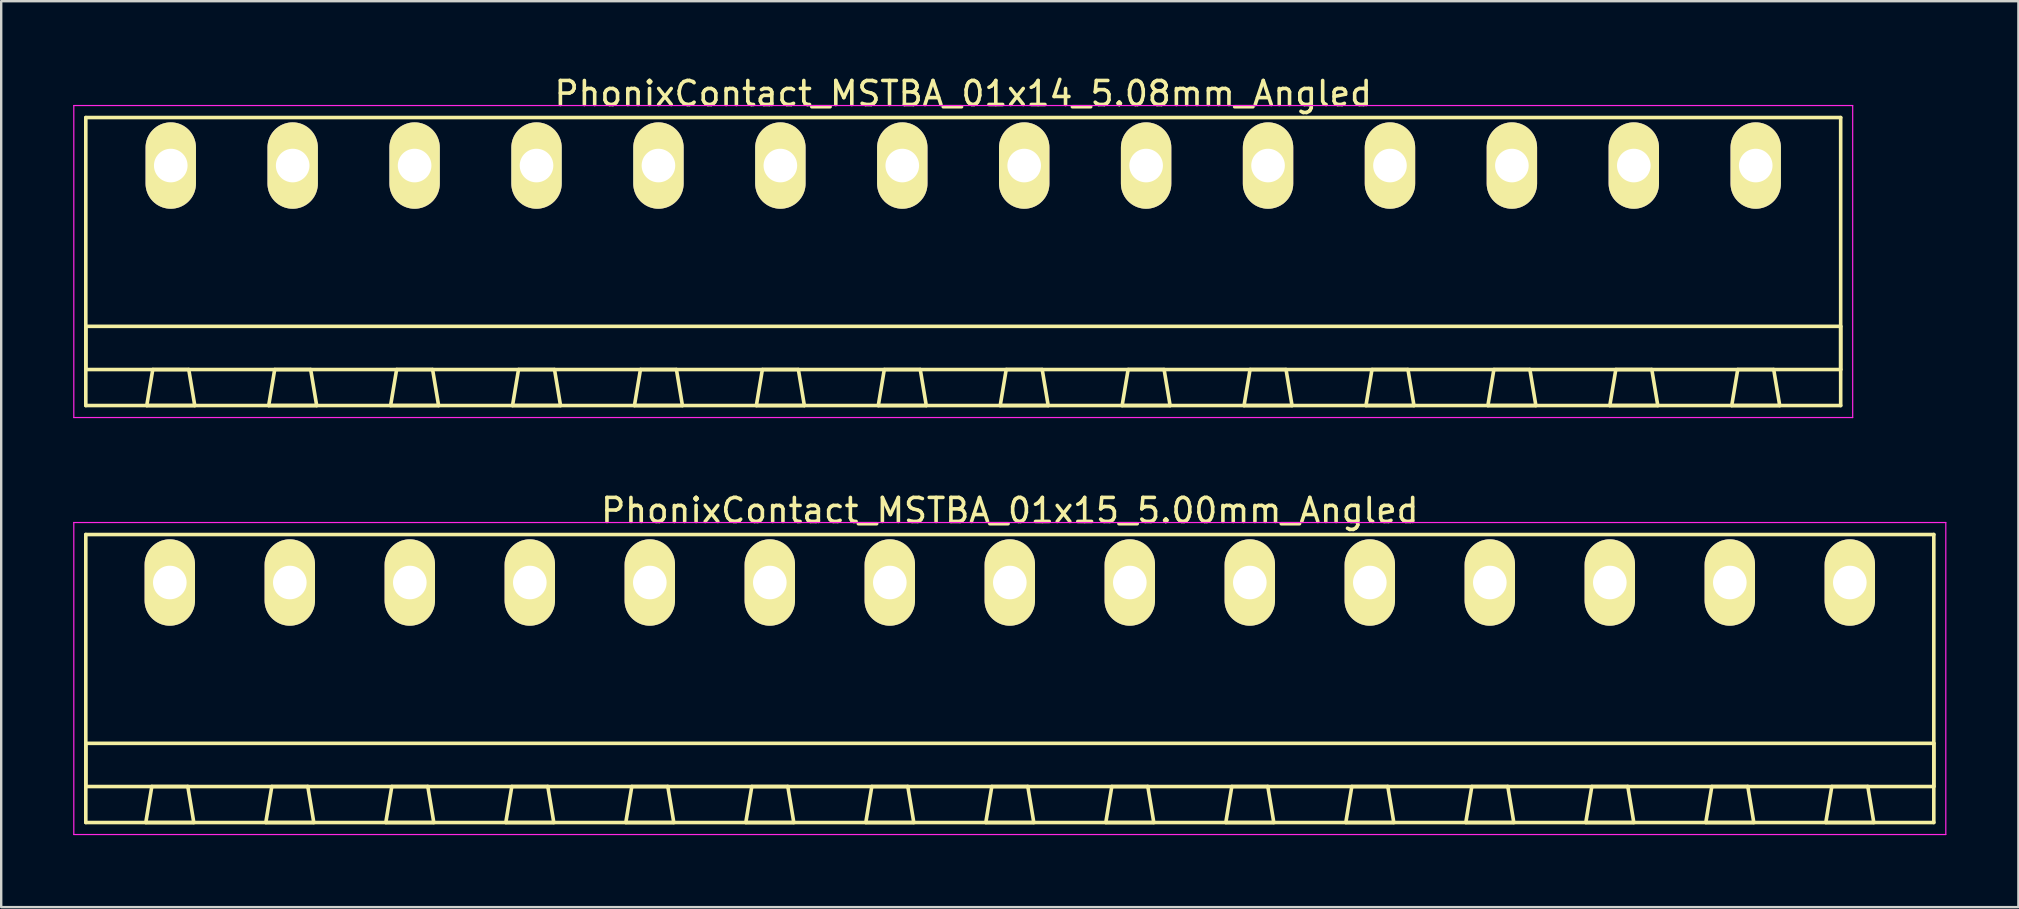
<source format=kicad_pcb>
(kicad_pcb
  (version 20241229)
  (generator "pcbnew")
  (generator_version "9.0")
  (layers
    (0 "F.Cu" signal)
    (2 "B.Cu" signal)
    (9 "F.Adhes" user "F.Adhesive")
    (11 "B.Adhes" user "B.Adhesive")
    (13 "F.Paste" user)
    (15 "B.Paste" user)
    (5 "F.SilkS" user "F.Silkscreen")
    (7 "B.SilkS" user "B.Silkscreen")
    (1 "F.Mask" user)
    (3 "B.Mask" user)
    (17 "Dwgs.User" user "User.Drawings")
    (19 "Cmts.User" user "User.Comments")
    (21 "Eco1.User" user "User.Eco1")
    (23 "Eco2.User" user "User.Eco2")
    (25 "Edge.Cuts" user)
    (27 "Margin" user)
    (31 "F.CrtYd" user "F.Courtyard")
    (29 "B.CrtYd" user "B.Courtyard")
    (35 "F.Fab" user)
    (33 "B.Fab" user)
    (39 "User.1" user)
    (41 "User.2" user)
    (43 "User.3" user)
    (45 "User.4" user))
  (footprint "PhonixContact_MSTBA_01x15_5.00mm_Angled"
    (layer "F.Cu")
    (at 4.025 21.221)
    (property "Reference" "PhonixContact_MSTBA_01x15_5.00mm_Angled" (at 35 -3 0) (layer "F.SilkS") (effects (font (size 1 1) (thickness 0.15))))
    (attr through_hole)
    (fp_line (start -3.5 -2) (end -3.5 10) (stroke (width 0.15) (type solid)) (layer "F.SilkS"))
    (fp_line (start -3.5 6.7) (end 73.5 6.7) (stroke (width 0.15) (type solid)) (layer "F.SilkS"))
    (fp_line (start -3.5 8.5) (end -3.5 6.7) (stroke (width 0.15) (type solid)) (layer "F.SilkS"))
    (fp_line (start -3.5 10) (end 73.5 10) (stroke (width 0.15) (type solid)) (layer "F.SilkS"))
    (fp_line (start -1 10) (end 1 10) (stroke (width 0.15) (type solid)) (layer "F.SilkS"))
    (fp_line (start -0.75 8.5) (end -1 10) (stroke (width 0.15) (type solid)) (layer "F.SilkS"))
    (fp_line (start 0.75 8.5) (end -0.75 8.5) (stroke (width 0.15) (type solid)) (layer "F.SilkS"))
    (fp_line (start 1 10) (end 0.75 8.5) (stroke (width 0.15) (type solid)) (layer "F.SilkS"))
    (fp_line (start 4 10) (end 6 10) (stroke (width 0.15) (type solid)) (layer "F.SilkS"))
    (fp_line (start 4.25 8.5) (end 4 10) (stroke (width 0.15) (type solid)) (layer "F.SilkS"))
    (fp_line (start 5.75 8.5) (end 4.25 8.5) (stroke (width 0.15) (type solid)) (layer "F.SilkS"))
    (fp_line (start 6 10) (end 5.75 8.5) (stroke (width 0.15) (type solid)) (layer "F.SilkS"))
    (fp_line (start 9 10) (end 11 10) (stroke (width 0.15) (type solid)) (layer "F.SilkS"))
    (fp_line (start 9.25 8.5) (end 9 10) (stroke (width 0.15) (type solid)) (layer "F.SilkS"))
    (fp_line (start 10.75 8.5) (end 9.25 8.5) (stroke (width 0.15) (type solid)) (layer "F.SilkS"))
    (fp_line (start 11 10) (end 10.75 8.5) (stroke (width 0.15) (type solid)) (layer "F.SilkS"))
    (fp_line (start 14 10) (end 16 10) (stroke (width 0.15) (type solid)) (layer "F.SilkS"))
    (fp_line (start 14.25 8.5) (end 14 10) (stroke (width 0.15) (type solid)) (layer "F.SilkS"))
    (fp_line (start 15.75 8.5) (end 14.25 8.5) (stroke (width 0.15) (type solid)) (layer "F.SilkS"))
    (fp_line (start 16 10) (end 15.75 8.5) (stroke (width 0.15) (type solid)) (layer "F.SilkS"))
    (fp_line (start 19 10) (end 21 10) (stroke (width 0.15) (type solid)) (layer "F.SilkS"))
    (fp_line (start 19.25 8.5) (end 19 10) (stroke (width 0.15) (type solid)) (layer "F.SilkS"))
    (fp_line (start 20.75 8.5) (end 19.25 8.5) (stroke (width 0.15) (type solid)) (layer "F.SilkS"))
    (fp_line (start 21 10) (end 20.75 8.5) (stroke (width 0.15) (type solid)) (layer "F.SilkS"))
    (fp_line (start 24 10) (end 26 10) (stroke (width 0.15) (type solid)) (layer "F.SilkS"))
    (fp_line (start 24.25 8.5) (end 24 10) (stroke (width 0.15) (type solid)) (layer "F.SilkS"))
    (fp_line (start 25.75 8.5) (end 24.25 8.5) (stroke (width 0.15) (type solid)) (layer "F.SilkS"))
    (fp_line (start 26 10) (end 25.75 8.5) (stroke (width 0.15) (type solid)) (layer "F.SilkS"))
    (fp_line (start 29 10) (end 31 10) (stroke (width 0.15) (type solid)) (layer "F.SilkS"))
    (fp_line (start 29.25 8.5) (end 29 10) (stroke (width 0.15) (type solid)) (layer "F.SilkS"))
    (fp_line (start 30.75 8.5) (end 29.25 8.5) (stroke (width 0.15) (type solid)) (layer "F.SilkS"))
    (fp_line (start 31 10) (end 30.75 8.5) (stroke (width 0.15) (type solid)) (layer "F.SilkS"))
    (fp_line (start 34 10) (end 36 10) (stroke (width 0.15) (type solid)) (layer "F.SilkS"))
    (fp_line (start 34.25 8.5) (end 34 10) (stroke (width 0.15) (type solid)) (layer "F.SilkS"))
    (fp_line (start 35.75 8.5) (end 34.25 8.5) (stroke (width 0.15) (type solid)) (layer "F.SilkS"))
    (fp_line (start 36 10) (end 35.75 8.5) (stroke (width 0.15) (type solid)) (layer "F.SilkS"))
    (fp_line (start 39 10) (end 41 10) (stroke (width 0.15) (type solid)) (layer "F.SilkS"))
    (fp_line (start 39.25 8.5) (end 39 10) (stroke (width 0.15) (type solid)) (layer "F.SilkS"))
    (fp_line (start 40.75 8.5) (end 39.25 8.5) (stroke (width 0.15) (type solid)) (layer "F.SilkS"))
    (fp_line (start 41 10) (end 40.75 8.5) (stroke (width 0.15) (type solid)) (layer "F.SilkS"))
    (fp_line (start 44 10) (end 46 10) (stroke (width 0.15) (type solid)) (layer "F.SilkS"))
    (fp_line (start 44.25 8.5) (end 44 10) (stroke (width 0.15) (type solid)) (layer "F.SilkS"))
    (fp_line (start 45.75 8.5) (end 44.25 8.5) (stroke (width 0.15) (type solid)) (layer "F.SilkS"))
    (fp_line (start 46 10) (end 45.75 8.5) (stroke (width 0.15) (type solid)) (layer "F.SilkS"))
    (fp_line (start 49 10) (end 51 10) (stroke (width 0.15) (type solid)) (layer "F.SilkS"))
    (fp_line (start 49.25 8.5) (end 49 10) (stroke (width 0.15) (type solid)) (layer "F.SilkS"))
    (fp_line (start 50.75 8.5) (end 49.25 8.5) (stroke (width 0.15) (type solid)) (layer "F.SilkS"))
    (fp_line (start 51 10) (end 50.75 8.5) (stroke (width 0.15) (type solid)) (layer "F.SilkS"))
    (fp_line (start 54 10) (end 56 10) (stroke (width 0.15) (type solid)) (layer "F.SilkS"))
    (fp_line (start 54.25 8.5) (end 54 10) (stroke (width 0.15) (type solid)) (layer "F.SilkS"))
    (fp_line (start 55.75 8.5) (end 54.25 8.5) (stroke (width 0.15) (type solid)) (layer "F.SilkS"))
    (fp_line (start 56 10) (end 55.75 8.5) (stroke (width 0.15) (type solid)) (layer "F.SilkS"))
    (fp_line (start 59 10) (end 61 10) (stroke (width 0.15) (type solid)) (layer "F.SilkS"))
    (fp_line (start 59.25 8.5) (end 59 10) (stroke (width 0.15) (type solid)) (layer "F.SilkS"))
    (fp_line (start 60.75 8.5) (end 59.25 8.5) (stroke (width 0.15) (type solid)) (layer "F.SilkS"))
    (fp_line (start 61 10) (end 60.75 8.5) (stroke (width 0.15) (type solid)) (layer "F.SilkS"))
    (fp_line (start 64 10) (end 66 10) (stroke (width 0.15) (type solid)) (layer "F.SilkS"))
    (fp_line (start 64.25 8.5) (end 64 10) (stroke (width 0.15) (type solid)) (layer "F.SilkS"))
    (fp_line (start 65.75 8.5) (end 64.25 8.5) (stroke (width 0.15) (type solid)) (layer "F.SilkS"))
    (fp_line (start 66 10) (end 65.75 8.5) (stroke (width 0.15) (type solid)) (layer "F.SilkS"))
    (fp_line (start 69 10) (end 71 10) (stroke (width 0.15) (type solid)) (layer "F.SilkS"))
    (fp_line (start 69.25 8.5) (end 69 10) (stroke (width 0.15) (type solid)) (layer "F.SilkS"))
    (fp_line (start 70.75 8.5) (end 69.25 8.5) (stroke (width 0.15) (type solid)) (layer "F.SilkS"))
    (fp_line (start 71 10) (end 70.75 8.5) (stroke (width 0.15) (type solid)) (layer "F.SilkS"))
    (fp_line (start 73.5 -2) (end -3.5 -2) (stroke (width 0.15) (type solid)) (layer "F.SilkS"))
    (fp_line (start 73.5 6.7) (end 73.5 8.5) (stroke (width 0.15) (type solid)) (layer "F.SilkS"))
    (fp_line (start 73.5 8.5) (end -3.5 8.5) (stroke (width 0.15) (type solid)) (layer "F.SilkS"))
    (fp_line (start 73.5 10) (end 73.5 -2) (stroke (width 0.15) (type solid)) (layer "F.SilkS"))
    (fp_line (start -4 -2.5) (end -4 10.5) (stroke (width 0.05) (type solid)) (layer "F.CrtYd"))
    (fp_line (start -4 10.5) (end 74 10.5) (stroke (width 0.05) (type solid)) (layer "F.CrtYd"))
    (fp_line (start 74 -2.5) (end -4 -2.5) (stroke (width 0.05) (type solid)) (layer "F.CrtYd"))
    (fp_line (start 74 10.5) (end 74 -2.5) (stroke (width 0.05) (type solid)) (layer "F.CrtYd"))
    (pad "1" thru_hole oval (at 0 0) (size 2.1 3.6) (drill 1.4) (layers "*.Cu" "*.Mask" "F.SilkS"))
    (pad "2" thru_hole oval (at 5 0) (size 2.1 3.6) (drill 1.4) (layers "*.Cu" "*.Mask" "F.SilkS"))
    (pad "3" thru_hole oval (at 10 0) (size 2.1 3.6) (drill 1.4) (layers "*.Cu" "*.Mask" "F.SilkS"))
    (pad "4" thru_hole oval (at 15 0) (size 2.1 3.6) (drill 1.4) (layers "*.Cu" "*.Mask" "F.SilkS"))
    (pad "5" thru_hole oval (at 20 0) (size 2.1 3.6) (drill 1.4) (layers "*.Cu" "*.Mask" "F.SilkS"))
    (pad "6" thru_hole oval (at 25 0) (size 2.1 3.6) (drill 1.4) (layers "*.Cu" "*.Mask" "F.SilkS"))
    (pad "7" thru_hole oval (at 30 0) (size 2.1 3.6) (drill 1.4) (layers "*.Cu" "*.Mask" "F.SilkS"))
    (pad "8" thru_hole oval (at 35 0) (size 2.1 3.6) (drill 1.4) (layers "*.Cu" "*.Mask" "F.SilkS"))
    (pad "9" thru_hole oval (at 40 0) (size 2.1 3.6) (drill 1.4) (layers "*.Cu" "*.Mask" "F.SilkS"))
    (pad "10" thru_hole oval (at 45 0) (size 2.1 3.6) (drill 1.4) (layers "*.Cu" "*.Mask" "F.SilkS"))
    (pad "11" thru_hole oval (at 50 0) (size 2.1 3.6) (drill 1.4) (layers "*.Cu" "*.Mask" "F.SilkS"))
    (pad "12" thru_hole oval (at 55 0) (size 2.1 3.6) (drill 1.4) (layers "*.Cu" "*.Mask" "F.SilkS"))
    (pad "13" thru_hole oval (at 60 0) (size 2.1 3.6) (drill 1.4) (layers "*.Cu" "*.Mask" "F.SilkS"))
    (pad "14" thru_hole oval (at 65 0) (size 2.1 3.6) (drill 1.4) (layers "*.Cu" "*.Mask" "F.SilkS"))
    (pad "15" thru_hole oval (at 70 0) (size 2.1 3.6) (drill 1.4) (layers "*.Cu" "*.Mask" "F.SilkS")))
  (footprint "PhonixContact_MSTBA_01x14_5.08mm_Angled"
    (layer "F.Cu")
    (at 4.065 3.848)
    (property "Reference" "PhonixContact_MSTBA_01x14_5.08mm_Angled" (at 33.02 -3 0) (layer "F.SilkS") (effects (font (size 1 1) (thickness 0.15))))
    (attr through_hole)
    (fp_line (start -3.54 -2) (end -3.54 10) (stroke (width 0.15) (type solid)) (layer "F.SilkS"))
    (fp_line (start -3.54 6.7) (end 69.58 6.7) (stroke (width 0.15) (type solid)) (layer "F.SilkS"))
    (fp_line (start -3.54 8.5) (end -3.54 6.7) (stroke (width 0.15) (type solid)) (layer "F.SilkS"))
    (fp_line (start -3.54 10) (end 69.58 10) (stroke (width 0.15) (type solid)) (layer "F.SilkS"))
    (fp_line (start -1 10) (end 1 10) (stroke (width 0.15) (type solid)) (layer "F.SilkS"))
    (fp_line (start -0.75 8.5) (end -1 10) (stroke (width 0.15) (type solid)) (layer "F.SilkS"))
    (fp_line (start 0.75 8.5) (end -0.75 8.5) (stroke (width 0.15) (type solid)) (layer "F.SilkS"))
    (fp_line (start 1 10) (end 0.75 8.5) (stroke (width 0.15) (type solid)) (layer "F.SilkS"))
    (fp_line (start 4.08 10) (end 6.08 10) (stroke (width 0.15) (type solid)) (layer "F.SilkS"))
    (fp_line (start 4.33 8.5) (end 4.08 10) (stroke (width 0.15) (type solid)) (layer "F.SilkS"))
    (fp_line (start 5.83 8.5) (end 4.33 8.5) (stroke (width 0.15) (type solid)) (layer "F.SilkS"))
    (fp_line (start 6.08 10) (end 5.83 8.5) (stroke (width 0.15) (type solid)) (layer "F.SilkS"))
    (fp_line (start 9.16 10) (end 11.16 10) (stroke (width 0.15) (type solid)) (layer "F.SilkS"))
    (fp_line (start 9.41 8.5) (end 9.16 10) (stroke (width 0.15) (type solid)) (layer "F.SilkS"))
    (fp_line (start 10.91 8.5) (end 9.41 8.5) (stroke (width 0.15) (type solid)) (layer "F.SilkS"))
    (fp_line (start 11.16 10) (end 10.91 8.5) (stroke (width 0.15) (type solid)) (layer "F.SilkS"))
    (fp_line (start 14.24 10) (end 16.24 10) (stroke (width 0.15) (type solid)) (layer "F.SilkS"))
    (fp_line (start 14.49 8.5) (end 14.24 10) (stroke (width 0.15) (type solid)) (layer "F.SilkS"))
    (fp_line (start 15.99 8.5) (end 14.49 8.5) (stroke (width 0.15) (type solid)) (layer "F.SilkS"))
    (fp_line (start 16.24 10) (end 15.99 8.5) (stroke (width 0.15) (type solid)) (layer "F.SilkS"))
    (fp_line (start 19.32 10) (end 21.32 10) (stroke (width 0.15) (type solid)) (layer "F.SilkS"))
    (fp_line (start 19.57 8.5) (end 19.32 10) (stroke (width 0.15) (type solid)) (layer "F.SilkS"))
    (fp_line (start 21.07 8.5) (end 19.57 8.5) (stroke (width 0.15) (type solid)) (layer "F.SilkS"))
    (fp_line (start 21.32 10) (end 21.07 8.5) (stroke (width 0.15) (type solid)) (layer "F.SilkS"))
    (fp_line (start 24.4 10) (end 26.4 10) (stroke (width 0.15) (type solid)) (layer "F.SilkS"))
    (fp_line (start 24.65 8.5) (end 24.4 10) (stroke (width 0.15) (type solid)) (layer "F.SilkS"))
    (fp_line (start 26.15 8.5) (end 24.65 8.5) (stroke (width 0.15) (type solid)) (layer "F.SilkS"))
    (fp_line (start 26.4 10) (end 26.15 8.5) (stroke (width 0.15) (type solid)) (layer "F.SilkS"))
    (fp_line (start 29.48 10) (end 31.48 10) (stroke (width 0.15) (type solid)) (layer "F.SilkS"))
    (fp_line (start 29.73 8.5) (end 29.48 10) (stroke (width 0.15) (type solid)) (layer "F.SilkS"))
    (fp_line (start 31.23 8.5) (end 29.73 8.5) (stroke (width 0.15) (type solid)) (layer "F.SilkS"))
    (fp_line (start 31.48 10) (end 31.23 8.5) (stroke (width 0.15) (type solid)) (layer "F.SilkS"))
    (fp_line (start 34.56 10) (end 36.56 10) (stroke (width 0.15) (type solid)) (layer "F.SilkS"))
    (fp_line (start 34.81 8.5) (end 34.56 10) (stroke (width 0.15) (type solid)) (layer "F.SilkS"))
    (fp_line (start 36.31 8.5) (end 34.81 8.5) (stroke (width 0.15) (type solid)) (layer "F.SilkS"))
    (fp_line (start 36.56 10) (end 36.31 8.5) (stroke (width 0.15) (type solid)) (layer "F.SilkS"))
    (fp_line (start 39.64 10) (end 41.64 10) (stroke (width 0.15) (type solid)) (layer "F.SilkS"))
    (fp_line (start 39.89 8.5) (end 39.64 10) (stroke (width 0.15) (type solid)) (layer "F.SilkS"))
    (fp_line (start 41.39 8.5) (end 39.89 8.5) (stroke (width 0.15) (type solid)) (layer "F.SilkS"))
    (fp_line (start 41.64 10) (end 41.39 8.5) (stroke (width 0.15) (type solid)) (layer "F.SilkS"))
    (fp_line (start 44.72 10) (end 46.72 10) (stroke (width 0.15) (type solid)) (layer "F.SilkS"))
    (fp_line (start 44.97 8.5) (end 44.72 10) (stroke (width 0.15) (type solid)) (layer "F.SilkS"))
    (fp_line (start 46.47 8.5) (end 44.97 8.5) (stroke (width 0.15) (type solid)) (layer "F.SilkS"))
    (fp_line (start 46.72 10) (end 46.47 8.5) (stroke (width 0.15) (type solid)) (layer "F.SilkS"))
    (fp_line (start 49.8 10) (end 51.8 10) (stroke (width 0.15) (type solid)) (layer "F.SilkS"))
    (fp_line (start 50.05 8.5) (end 49.8 10) (stroke (width 0.15) (type solid)) (layer "F.SilkS"))
    (fp_line (start 51.55 8.5) (end 50.05 8.5) (stroke (width 0.15) (type solid)) (layer "F.SilkS"))
    (fp_line (start 51.8 10) (end 51.55 8.5) (stroke (width 0.15) (type solid)) (layer "F.SilkS"))
    (fp_line (start 54.88 10) (end 56.88 10) (stroke (width 0.15) (type solid)) (layer "F.SilkS"))
    (fp_line (start 55.13 8.5) (end 54.88 10) (stroke (width 0.15) (type solid)) (layer "F.SilkS"))
    (fp_line (start 56.63 8.5) (end 55.13 8.5) (stroke (width 0.15) (type solid)) (layer "F.SilkS"))
    (fp_line (start 56.88 10) (end 56.63 8.5) (stroke (width 0.15) (type solid)) (layer "F.SilkS"))
    (fp_line (start 59.96 10) (end 61.96 10) (stroke (width 0.15) (type solid)) (layer "F.SilkS"))
    (fp_line (start 60.21 8.5) (end 59.96 10) (stroke (width 0.15) (type solid)) (layer "F.SilkS"))
    (fp_line (start 61.71 8.5) (end 60.21 8.5) (stroke (width 0.15) (type solid)) (layer "F.SilkS"))
    (fp_line (start 61.96 10) (end 61.71 8.5) (stroke (width 0.15) (type solid)) (layer "F.SilkS"))
    (fp_line (start 65.04 10) (end 67.04 10) (stroke (width 0.15) (type solid)) (layer "F.SilkS"))
    (fp_line (start 65.29 8.5) (end 65.04 10) (stroke (width 0.15) (type solid)) (layer "F.SilkS"))
    (fp_line (start 66.79 8.5) (end 65.29 8.5) (stroke (width 0.15) (type solid)) (layer "F.SilkS"))
    (fp_line (start 67.04 10) (end 66.79 8.5) (stroke (width 0.15) (type solid)) (layer "F.SilkS"))
    (fp_line (start 69.58 -2) (end -3.54 -2) (stroke (width 0.15) (type solid)) (layer "F.SilkS"))
    (fp_line (start 69.58 6.7) (end 69.58 8.5) (stroke (width 0.15) (type solid)) (layer "F.SilkS"))
    (fp_line (start 69.58 8.5) (end -3.54 8.5) (stroke (width 0.15) (type solid)) (layer "F.SilkS"))
    (fp_line (start 69.58 10) (end 69.58 -2) (stroke (width 0.15) (type solid)) (layer "F.SilkS"))
    (fp_line (start -4.04 -2.5) (end -4.04 10.5) (stroke (width 0.05) (type solid)) (layer "F.CrtYd"))
    (fp_line (start -4.04 10.5) (end 70.08 10.5) (stroke (width 0.05) (type solid)) (layer "F.CrtYd"))
    (fp_line (start 70.08 -2.5) (end -4.04 -2.5) (stroke (width 0.05) (type solid)) (layer "F.CrtYd"))
    (fp_line (start 70.08 10.5) (end 70.08 -2.5) (stroke (width 0.05) (type solid)) (layer "F.CrtYd"))
    (pad "1" thru_hole oval (at 0 0) (size 2.1 3.6) (drill 1.4) (layers "*.Cu" "*.Mask" "F.SilkS"))
    (pad "2" thru_hole oval (at 5.08 0) (size 2.1 3.6) (drill 1.4) (layers "*.Cu" "*.Mask" "F.SilkS"))
    (pad "3" thru_hole oval (at 10.16 0) (size 2.1 3.6) (drill 1.4) (layers "*.Cu" "*.Mask" "F.SilkS"))
    (pad "4" thru_hole oval (at 15.24 0) (size 2.1 3.6) (drill 1.4) (layers "*.Cu" "*.Mask" "F.SilkS"))
    (pad "5" thru_hole oval (at 20.32 0) (size 2.1 3.6) (drill 1.4) (layers "*.Cu" "*.Mask" "F.SilkS"))
    (pad "6" thru_hole oval (at 25.4 0) (size 2.1 3.6) (drill 1.4) (layers "*.Cu" "*.Mask" "F.SilkS"))
    (pad "7" thru_hole oval (at 30.48 0) (size 2.1 3.6) (drill 1.4) (layers "*.Cu" "*.Mask" "F.SilkS"))
    (pad "8" thru_hole oval (at 35.56 0) (size 2.1 3.6) (drill 1.4) (layers "*.Cu" "*.Mask" "F.SilkS"))
    (pad "9" thru_hole oval (at 40.64 0) (size 2.1 3.6) (drill 1.4) (layers "*.Cu" "*.Mask" "F.SilkS"))
    (pad "10" thru_hole oval (at 45.72 0) (size 2.1 3.6) (drill 1.4) (layers "*.Cu" "*.Mask" "F.SilkS"))
    (pad "11" thru_hole oval (at 50.8 0) (size 2.1 3.6) (drill 1.4) (layers "*.Cu" "*.Mask" "F.SilkS"))
    (pad "12" thru_hole oval (at 55.88 0) (size 2.1 3.6) (drill 1.4) (layers "*.Cu" "*.Mask" "F.SilkS"))
    (pad "13" thru_hole oval (at 60.96 0) (size 2.1 3.6) (drill 1.4) (layers "*.Cu" "*.Mask" "F.SilkS"))
    (pad "14" thru_hole oval (at 66.04 0) (size 2.1 3.6) (drill 1.4) (layers "*.Cu" "*.Mask" "F.SilkS")))
  (gr_rect
    (start -3 -3)
    (end 81.05 34.746)
    (stroke (width 0.1) (type default))
    (fill no)
    (layer "Edge.Cuts")))
</source>
